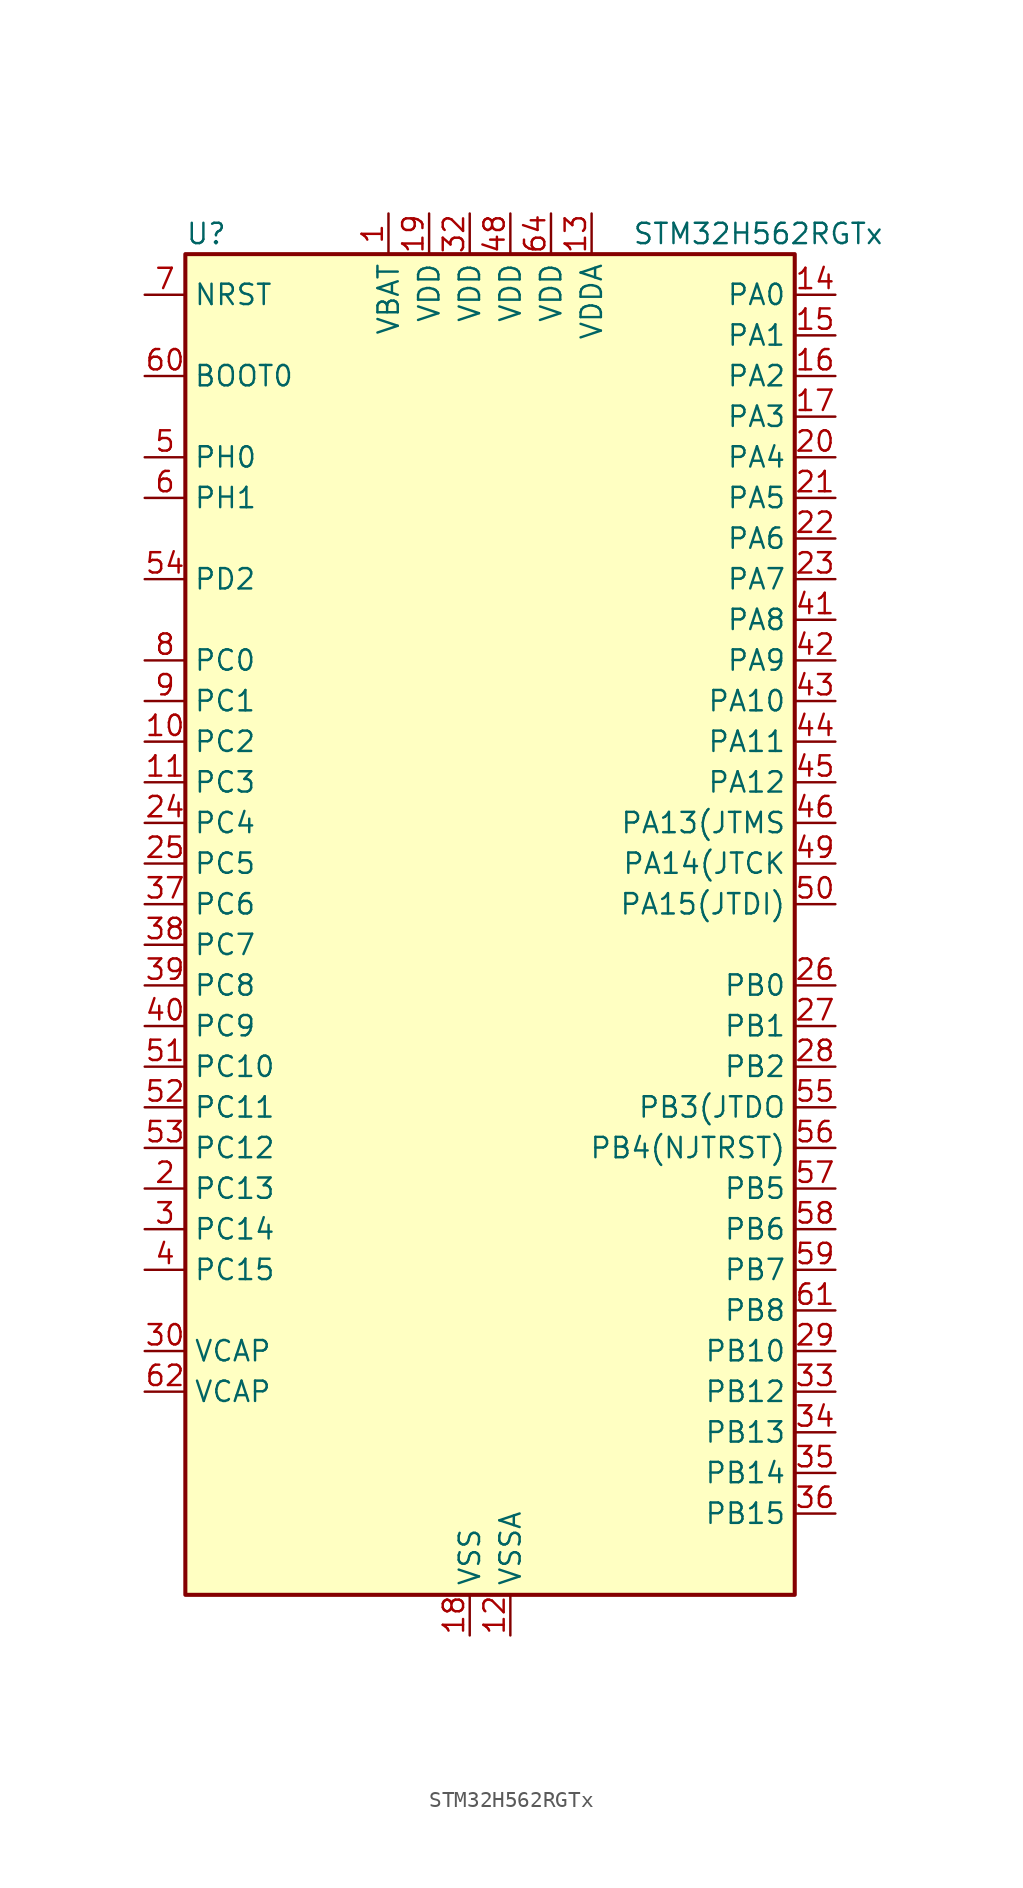
<source format=kicad_sym>
(kicad_symbol_lib
  (version 20231120)
  (generator "kicad-library-utils")
  (generator_version "8.0")
  (symbol "STM32H562RGTx"
    (property "Reference" "U"
      (at -17.78 44.45 0)
      (effects (font (size 1.27 1.27)) (justify left)))
    (property "Value" "STM32H562RGTx"
      (at 10.16 44.45 0)
      (effects (font (size 1.27 1.27)) (justify left)))
    (symbol "STM32H562RGTx_0_1"
      (rectangle (start -17.78 -40.64) (end 20.32 43.18) (stroke (width 0.254) (type default)) (fill (type background))))
    (symbol "STM32H562RGTx_1_1"
      (pin power_in line (at -5.08 45.72 270) (length 2.54) (name "VBAT" (effects (font (size 1.27 1.27)))) (number "1" (effects (font (size 1.27 1.27)))))
      (pin bidirectional line (at -20.32 12.7 0) (length 2.54) (name "PC2" (effects (font (size 1.27 1.27)))) (number "10" (effects (font (size 1.27 1.27)))) (alternate "ADC1_INN11" bidirectional line) (alternate "ADC1_INP12" bidirectional line) (alternate "ADC2_INN11" bidirectional line) (alternate "ADC2_INP12" bidirectional line) (alternate "I2S2_SDI" bidirectional line) (alternate "OCTOSPI1_IO2" bidirectional line) (alternate "OCTOSPI1_IO5" bidirectional line) (alternate "PWR_CSLEEP" bidirectional line) (alternate "SPI2_MISO" bidirectional line) (alternate "TIM17_CH1" bidirectional line) (alternate "TIM4_CH4" bidirectional line))
      (pin bidirectional line (at -20.32 10.16 0) (length 2.54) (name "PC3" (effects (font (size 1.27 1.27)))) (number "11" (effects (font (size 1.27 1.27)))) (alternate "ADC1_INN12" bidirectional line) (alternate "ADC1_INP13" bidirectional line) (alternate "ADC2_INN12" bidirectional line) (alternate "ADC2_INP13" bidirectional line) (alternate "I2S2_SDO" bidirectional line) (alternate "LPTIM3_CH1" bidirectional line) (alternate "OCTOSPI1_IO0" bidirectional line) (alternate "OCTOSPI1_IO6" bidirectional line) (alternate "PWR_CSTOP" bidirectional line) (alternate "SAI1_D3" bidirectional line) (alternate "SPI2_MOSI" bidirectional line))
      (pin power_in line (at 2.54 -43.18 90) (length 2.54) (name "VSSA" (effects (font (size 1.27 1.27)))) (number "12" (effects (font (size 1.27 1.27)))))
      (pin power_in line (at 7.62 45.72 270) (length 2.54) (name "VDDA" (effects (font (size 1.27 1.27)))) (number "13" (effects (font (size 1.27 1.27)))))
      (pin bidirectional line (at 22.86 40.64 180) (length 2.54) (name "PA0" (effects (font (size 1.27 1.27)))) (number "14" (effects (font (size 1.27 1.27)))) (alternate "ADC1_INN1" bidirectional line) (alternate "ADC1_INP0" bidirectional line) (alternate "ADC2_INN1" bidirectional line) (alternate "ADC2_INP0" bidirectional line) (alternate "PWR_WKUP1" bidirectional line) (alternate "SAI2_SD_B" bidirectional line) (alternate "SPI3_RDY" bidirectional line) (alternate "SPI6_NSS" bidirectional line) (alternate "TAMP_IN2" bidirectional line) (alternate "TAMP_OUT1" bidirectional line) (alternate "TIM15_BKIN" bidirectional line) (alternate "TIM2_CH1" bidirectional line) (alternate "TIM2_ETR" bidirectional line) (alternate "TIM5_CH1" bidirectional line) (alternate "TIM8_ETR" bidirectional line) (alternate "UART4_TX" bidirectional line) (alternate "USART2_CTS" bidirectional line) (alternate "USART2_NSS" bidirectional line))
      (pin bidirectional line (at 22.86 38.1 180) (length 2.54) (name "PA1" (effects (font (size 1.27 1.27)))) (number "15" (effects (font (size 1.27 1.27)))) (alternate "ADC1_INP1" bidirectional line) (alternate "ADC2_INP1" bidirectional line) (alternate "LPTIM1_IN1" bidirectional line) (alternate "OCTOSPI1_DQS" bidirectional line) (alternate "OCTOSPI1_IO3" bidirectional line) (alternate "SAI2_MCLK_B" bidirectional line) (alternate "TAMP_IN5" bidirectional line) (alternate "TAMP_OUT4" bidirectional line) (alternate "TIM15_CH1N" bidirectional line) (alternate "TIM2_CH2" bidirectional line) (alternate "TIM5_CH2" bidirectional line) (alternate "UART4_RX" bidirectional line) (alternate "USART2_RTS" bidirectional line))
      (pin bidirectional line (at 22.86 35.56 180) (length 2.54) (name "PA2" (effects (font (size 1.27 1.27)))) (number "16" (effects (font (size 1.27 1.27)))) (alternate "ADC1_INP14" bidirectional line) (alternate "ADC2_INP14" bidirectional line) (alternate "LPTIM1_IN2" bidirectional line) (alternate "PWR_WKUP2" bidirectional line) (alternate "SAI2_SCK_B" bidirectional line) (alternate "TAMP_IN4" bidirectional line) (alternate "TAMP_OUT3" bidirectional line) (alternate "TIM15_CH1" bidirectional line) (alternate "TIM2_CH3" bidirectional line) (alternate "TIM5_CH3" bidirectional line) (alternate "USART2_TX" bidirectional line))
      (pin bidirectional line (at 22.86 33.02 180) (length 2.54) (name "PA3" (effects (font (size 1.27 1.27)))) (number "17" (effects (font (size 1.27 1.27)))) (alternate "ADC1_INP15" bidirectional line) (alternate "ADC2_INP15" bidirectional line) (alternate "I2S2_WS" bidirectional line) (alternate "OCTOSPI1_CLK" bidirectional line) (alternate "SAI1_SD_B" bidirectional line) (alternate "SPI2_NSS" bidirectional line) (alternate "TIM15_CH2" bidirectional line) (alternate "TIM2_CH4" bidirectional line) (alternate "TIM5_CH4" bidirectional line) (alternate "USART2_RX" bidirectional line))
      (pin power_in line (at 0 -43.18 90) (length 2.54) (name "VSS" (effects (font (size 1.27 1.27)))) (number "18" (effects (font (size 1.27 1.27)))))
      (pin power_in line (at -2.54 45.72 270) (length 2.54) (name "VDD" (effects (font (size 1.27 1.27)))) (number "19" (effects (font (size 1.27 1.27)))))
      (pin bidirectional line (at -20.32 -15.24 0) (length 2.54) (name "PC13" (effects (font (size 1.27 1.27)))) (number "2" (effects (font (size 1.27 1.27)))) (alternate "PWR_WKUP4" bidirectional line) (alternate "RTC_OUT1" bidirectional line) (alternate "RTC_TS" bidirectional line) (alternate "TAMP_IN1" bidirectional line) (alternate "TAMP_OUT2" bidirectional line) (alternate "TAMP_OUT3" bidirectional line))
      (pin bidirectional line (at 22.86 30.48 180) (length 2.54) (name "PA4" (effects (font (size 1.27 1.27)))) (number "20" (effects (font (size 1.27 1.27)))) (alternate "ADC1_INP18" bidirectional line) (alternate "ADC2_INP18" bidirectional line) (alternate "DAC1_OUT1" bidirectional line) (alternate "DCMI_HSYNC" bidirectional line) (alternate "I2S1_WS" bidirectional line) (alternate "I2S3_WS" bidirectional line) (alternate "LPTIM2_CH1" bidirectional line) (alternate "PSSI_DE" bidirectional line) (alternate "SPI1_NSS" bidirectional line) (alternate "SPI3_NSS" bidirectional line) (alternate "SPI6_NSS" bidirectional line) (alternate "TIM5_ETR" bidirectional line) (alternate "USART2_CK" bidirectional line))
      (pin bidirectional line (at 22.86 27.94 180) (length 2.54) (name "PA5" (effects (font (size 1.27 1.27)))) (number "21" (effects (font (size 1.27 1.27)))) (alternate "ADC1_INN18" bidirectional line) (alternate "ADC1_INP19" bidirectional line) (alternate "ADC2_INN18" bidirectional line) (alternate "ADC2_INP19" bidirectional line) (alternate "DAC1_OUT2" bidirectional line) (alternate "I2S1_CK" bidirectional line) (alternate "PSSI_D14" bidirectional line) (alternate "SPI1_SCK" bidirectional line) (alternate "SPI6_SCK" bidirectional line) (alternate "TIM2_CH1" bidirectional line) (alternate "TIM2_ETR" bidirectional line) (alternate "TIM8_CH1N" bidirectional line))
      (pin bidirectional line (at 22.86 25.4 180) (length 2.54) (name "PA6" (effects (font (size 1.27 1.27)))) (number "22" (effects (font (size 1.27 1.27)))) (alternate "ADC1_INP3" bidirectional line) (alternate "ADC2_INP3" bidirectional line) (alternate "DCMI_PIXCLK" bidirectional line) (alternate "I2S1_SDI" bidirectional line) (alternate "OCTOSPI1_IO3" bidirectional line) (alternate "PSSI_PDCK" bidirectional line) (alternate "SPI1_MISO" bidirectional line) (alternate "SPI6_MISO" bidirectional line) (alternate "TIM13_CH1" bidirectional line) (alternate "TIM1_BKIN" bidirectional line) (alternate "TIM3_CH1" bidirectional line) (alternate "TIM8_BKIN" bidirectional line) (alternate "USART11_TX" bidirectional line))
      (pin bidirectional line (at 22.86 22.86 180) (length 2.54) (name "PA7" (effects (font (size 1.27 1.27)))) (number "23" (effects (font (size 1.27 1.27)))) (alternate "ADC1_INN3" bidirectional line) (alternate "ADC1_INP7" bidirectional line) (alternate "ADC2_INN3" bidirectional line) (alternate "ADC2_INP7" bidirectional line) (alternate "I2S1_SDO" bidirectional line) (alternate "OCTOSPI1_IO2" bidirectional line) (alternate "SPI1_MOSI" bidirectional line) (alternate "SPI6_MOSI" bidirectional line) (alternate "TIM14_CH1" bidirectional line) (alternate "TIM1_CH1N" bidirectional line) (alternate "TIM3_CH2" bidirectional line) (alternate "TIM8_CH1N" bidirectional line) (alternate "USART11_RX" bidirectional line))
      (pin bidirectional line (at -20.32 7.62 0) (length 2.54) (name "PC4" (effects (font (size 1.27 1.27)))) (number "24" (effects (font (size 1.27 1.27)))) (alternate "ADC1_INP4" bidirectional line) (alternate "ADC2_INP4" bidirectional line) (alternate "I2S1_MCK" bidirectional line) (alternate "LPTIM2_ETR" bidirectional line) (alternate "SAI1_CK1" bidirectional line) (alternate "TIM2_CH4" bidirectional line) (alternate "USART3_RX" bidirectional line))
      (pin bidirectional line (at -20.32 5.08 0) (length 2.54) (name "PC5" (effects (font (size 1.27 1.27)))) (number "25" (effects (font (size 1.27 1.27)))) (alternate "ADC1_INN4" bidirectional line) (alternate "ADC1_INP8" bidirectional line) (alternate "ADC2_INN4" bidirectional line) (alternate "ADC2_INP8" bidirectional line) (alternate "OCTOSPI1_DQS" bidirectional line) (alternate "PSSI_D15" bidirectional line) (alternate "SAI1_D3" bidirectional line) (alternate "SAI1_FS_A" bidirectional line) (alternate "TIM1_CH4N" bidirectional line))
      (pin bidirectional line (at 22.86 -2.54 180) (length 2.54) (name "PB0" (effects (font (size 1.27 1.27)))) (number "26" (effects (font (size 1.27 1.27)))) (alternate "ADC1_INN5" bidirectional line) (alternate "ADC1_INP9" bidirectional line) (alternate "ADC2_INN5" bidirectional line) (alternate "ADC2_INP9" bidirectional line) (alternate "LPTIM3_CH1" bidirectional line) (alternate "OCTOSPI1_IO1" bidirectional line) (alternate "TIM1_CH2N" bidirectional line) (alternate "TIM3_CH3" bidirectional line) (alternate "TIM8_CH2N" bidirectional line) (alternate "UART4_CTS" bidirectional line) (alternate "USART11_CK" bidirectional line))
      (pin bidirectional line (at 22.86 -5.08 180) (length 2.54) (name "PB1" (effects (font (size 1.27 1.27)))) (number "27" (effects (font (size 1.27 1.27)))) (alternate "ADC1_INP5" bidirectional line) (alternate "ADC2_INP5" bidirectional line) (alternate "LPTIM3_CH2" bidirectional line) (alternate "OCTOSPI1_IO0" bidirectional line) (alternate "TIM1_CH3N" bidirectional line) (alternate "TIM3_CH4" bidirectional line) (alternate "TIM8_CH3N" bidirectional line))
      (pin bidirectional line (at 22.86 -7.62 180) (length 2.54) (name "PB2" (effects (font (size 1.27 1.27)))) (number "28" (effects (font (size 1.27 1.27)))) (alternate "I2S3_SDO" bidirectional line) (alternate "LPTIM1_CH1" bidirectional line) (alternate "LPTIM5_ETR" bidirectional line) (alternate "OCTOSPI1_CLK" bidirectional line) (alternate "OCTOSPI1_DQS" bidirectional line) (alternate "RCC_LSCO" bidirectional line) (alternate "RTC_OUT2" bidirectional line) (alternate "SAI1_D1" bidirectional line) (alternate "SAI1_SD_A" bidirectional line) (alternate "SDMMC1_CMD" bidirectional line) (alternate "SPI1_RDY" bidirectional line) (alternate "SPI3_MOSI" bidirectional line) (alternate "TIM8_CH4N" bidirectional line))
      (pin bidirectional line (at 22.86 -25.4 180) (length 2.54) (name "PB10" (effects (font (size 1.27 1.27)))) (number "29" (effects (font (size 1.27 1.27)))) (alternate "I2C2_SCL" bidirectional line) (alternate "I2S2_CK" bidirectional line) (alternate "LPTIM2_IN1" bidirectional line) (alternate "LPTIM3_CH1" bidirectional line) (alternate "OCTOSPI1_NCS" bidirectional line) (alternate "SPI2_SCK" bidirectional line) (alternate "TIM2_CH3" bidirectional line) (alternate "USART3_TX" bidirectional line))
      (pin bidirectional line (at -20.32 -17.78 0) (length 2.54) (name "PC14" (effects (font (size 1.27 1.27)))) (number "3" (effects (font (size 1.27 1.27)))) (alternate "RCC_OSC32_IN" bidirectional line))
      (pin power_out line (at -20.32 -25.4 0) (length 2.54) (name "VCAP" (effects (font (size 1.27 1.27)))) (number "30" (effects (font (size 1.27 1.27)))))
      (pin passive line (at 0 -43.18 90) (length 2.54) hide (name "VSS" (effects (font (size 1.27 1.27)))) (number "31" (effects (font (size 1.27 1.27)))))
      (pin power_in line (at 0 45.72 270) (length 2.54) (name "VDD" (effects (font (size 1.27 1.27)))) (number "32" (effects (font (size 1.27 1.27)))))
      (pin bidirectional line (at 22.86 -27.94 180) (length 2.54) (name "PB12" (effects (font (size 1.27 1.27)))) (number "33" (effects (font (size 1.27 1.27)))) (alternate "I2C2_SDA" bidirectional line) (alternate "I2S2_WS" bidirectional line) (alternate "OCTOSPI1_NCLK" bidirectional line) (alternate "SPI2_NSS" bidirectional line) (alternate "TIM1_BKIN" bidirectional line) (alternate "UART5_RX" bidirectional line) (alternate "UCPD1_FRSTX" bidirectional line) (alternate "USART3_CK" bidirectional line))
      (pin bidirectional line (at 22.86 -30.48 180) (length 2.54) (name "PB13" (effects (font (size 1.27 1.27)))) (number "34" (effects (font (size 1.27 1.27)))) (alternate "I2C2_SMBA" bidirectional line) (alternate "I2S2_CK" bidirectional line) (alternate "LPTIM2_CH1" bidirectional line) (alternate "LPTIM3_IN1" bidirectional line) (alternate "SDMMC1_D0" bidirectional line) (alternate "SPI2_SCK" bidirectional line) (alternate "TIM1_CH1N" bidirectional line) (alternate "UART5_TX" bidirectional line) (alternate "UCPD1_CC1" bidirectional line) (alternate "USART3_CTS" bidirectional line) (alternate "USART3_NSS" bidirectional line))
      (pin bidirectional line (at 22.86 -33.02 180) (length 2.54) (name "PB14" (effects (font (size 1.27 1.27)))) (number "35" (effects (font (size 1.27 1.27)))) (alternate "I2S2_SDI" bidirectional line) (alternate "LPTIM3_ETR" bidirectional line) (alternate "SPI2_MISO" bidirectional line) (alternate "TIM12_CH1" bidirectional line) (alternate "TIM1_CH2N" bidirectional line) (alternate "TIM8_CH2N" bidirectional line) (alternate "UART4_DE" bidirectional line) (alternate "UART4_RTS" bidirectional line) (alternate "UCPD1_CC2" bidirectional line) (alternate "USART1_TX" bidirectional line) (alternate "USART3_RTS" bidirectional line))
      (pin bidirectional line (at 22.86 -35.56 180) (length 2.54) (name "PB15" (effects (font (size 1.27 1.27)))) (number "36" (effects (font (size 1.27 1.27)))) (alternate "ADC1_EXTI15" bidirectional line) (alternate "ADC2_EXTI15" bidirectional line) (alternate "DCMI_D2" bidirectional line) (alternate "I2S2_SDO" bidirectional line) (alternate "OCTOSPI1_CLK" bidirectional line) (alternate "PSSI_D2" bidirectional line) (alternate "PWR_PVD_IN" bidirectional line) (alternate "RTC_REFIN" bidirectional line) (alternate "SPI2_MOSI" bidirectional line) (alternate "TIM12_CH2" bidirectional line) (alternate "TIM1_CH3N" bidirectional line) (alternate "TIM8_CH3N" bidirectional line) (alternate "UART4_CTS" bidirectional line) (alternate "UART5_RX" bidirectional line) (alternate "USART11_CTS" bidirectional line) (alternate "USART11_NSS" bidirectional line) (alternate "USART1_RX" bidirectional line))
      (pin bidirectional line (at -20.32 2.54 0) (length 2.54) (name "PC6" (effects (font (size 1.27 1.27)))) (number "37" (effects (font (size 1.27 1.27)))) (alternate "DCMI_D0" bidirectional line) (alternate "I2S2_MCK" bidirectional line) (alternate "OCTOSPI1_IO5" bidirectional line) (alternate "PSSI_D0" bidirectional line) (alternate "SAI1_SCK_A" bidirectional line) (alternate "SDMMC1_D0DIR" bidirectional line) (alternate "SDMMC1_D6" bidirectional line) (alternate "TIM3_CH1" bidirectional line) (alternate "TIM8_CH1" bidirectional line) (alternate "USART6_TX" bidirectional line))
      (pin bidirectional line (at -20.32 0 0) (length 2.54) (name "PC7" (effects (font (size 1.27 1.27)))) (number "38" (effects (font (size 1.27 1.27)))) (alternate "DCMI_D1" bidirectional line) (alternate "DEBUG_TRGIO" bidirectional line) (alternate "I2S3_MCK" bidirectional line) (alternate "OCTOSPI1_IO6" bidirectional line) (alternate "PSSI_D1" bidirectional line) (alternate "SDMMC1_D123DIR" bidirectional line) (alternate "SDMMC1_D7" bidirectional line) (alternate "TIM3_CH2" bidirectional line) (alternate "TIM8_CH2" bidirectional line) (alternate "USART6_RX" bidirectional line))
      (pin bidirectional line (at -20.32 -2.54 0) (length 2.54) (name "PC8" (effects (font (size 1.27 1.27)))) (number "39" (effects (font (size 1.27 1.27)))) (alternate "DCMI_D2" bidirectional line) (alternate "DEBUG_TRACED1" bidirectional line) (alternate "PSSI_D2" bidirectional line) (alternate "SDMMC1_D0" bidirectional line) (alternate "TIM3_CH3" bidirectional line) (alternate "TIM8_CH3" bidirectional line) (alternate "UART5_DE" bidirectional line) (alternate "UART5_RTS" bidirectional line) (alternate "USART6_CK" bidirectional line))
      (pin bidirectional line (at -20.32 -20.32 0) (length 2.54) (name "PC15" (effects (font (size 1.27 1.27)))) (number "4" (effects (font (size 1.27 1.27)))) (alternate "ADC1_EXTI15" bidirectional line) (alternate "ADC2_EXTI15" bidirectional line) (alternate "RCC_OSC32_OUT" bidirectional line))
      (pin bidirectional line (at -20.32 -5.08 0) (length 2.54) (name "PC9" (effects (font (size 1.27 1.27)))) (number "40" (effects (font (size 1.27 1.27)))) (alternate "AUDIOCLK" bidirectional line) (alternate "DAC1_EXTI9" bidirectional line) (alternate "DCMI_D3" bidirectional line) (alternate "I2C3_SDA" bidirectional line) (alternate "OCTOSPI1_IO0" bidirectional line) (alternate "PSSI_D3" bidirectional line) (alternate "RCC_MCO_2" bidirectional line) (alternate "SDMMC1_D1" bidirectional line) (alternate "TIM3_CH4" bidirectional line) (alternate "TIM8_CH4" bidirectional line) (alternate "UART5_CTS" bidirectional line) (alternate "UCPD1_DB2" bidirectional line))
      (pin bidirectional line (at 22.86 20.32 180) (length 2.54) (name "PA8" (effects (font (size 1.27 1.27)))) (number "41" (effects (font (size 1.27 1.27)))) (alternate "DCMI_D3" bidirectional line) (alternate "I2C3_SCL" bidirectional line) (alternate "PSSI_D3" bidirectional line) (alternate "RCC_MCO_1" bidirectional line) (alternate "SPI1_RDY" bidirectional line) (alternate "TIM1_CH1" bidirectional line) (alternate "TIM8_BKIN2" bidirectional line) (alternate "UART7_RX" bidirectional line) (alternate "USART1_CK" bidirectional line) (alternate "USB_SOF" bidirectional line))
      (pin bidirectional line (at 22.86 17.78 180) (length 2.54) (name "PA9" (effects (font (size 1.27 1.27)))) (number "42" (effects (font (size 1.27 1.27)))) (alternate "DAC1_EXTI9" bidirectional line) (alternate "DCMI_D0" bidirectional line) (alternate "I2C3_SMBA" bidirectional line) (alternate "I2S2_CK" bidirectional line) (alternate "LPUART1_TX" bidirectional line) (alternate "PSSI_D0" bidirectional line) (alternate "SPI2_SCK" bidirectional line) (alternate "TIM1_CH2" bidirectional line) (alternate "UCPD1_DB1" bidirectional line) (alternate "USART1_TX" bidirectional line))
      (pin bidirectional line (at 22.86 15.24 180) (length 2.54) (name "PA10" (effects (font (size 1.27 1.27)))) (number "43" (effects (font (size 1.27 1.27)))) (alternate "DCMI_D1" bidirectional line) (alternate "LPTIM2_IN2" bidirectional line) (alternate "LPUART1_RX" bidirectional line) (alternate "PSSI_D1" bidirectional line) (alternate "SDMMC1_D0" bidirectional line) (alternate "TIM1_CH3" bidirectional line) (alternate "UCPD1_FRSTX" bidirectional line) (alternate "USART1_RX" bidirectional line))
      (pin bidirectional line (at 22.86 12.7 180) (length 2.54) (name "PA11" (effects (font (size 1.27 1.27)))) (number "44" (effects (font (size 1.27 1.27)))) (alternate "ADC1_EXTI11" bidirectional line) (alternate "ADC2_EXTI11" bidirectional line) (alternate "FDCAN1_RX" bidirectional line) (alternate "I2S2_WS" bidirectional line) (alternate "LPUART1_CTS" bidirectional line) (alternate "SPI2_NSS" bidirectional line) (alternate "TIM1_CH4" bidirectional line) (alternate "UART4_RX" bidirectional line) (alternate "USART1_CTS" bidirectional line) (alternate "USART1_NSS" bidirectional line) (alternate "USB_DM" bidirectional line))
      (pin bidirectional line (at 22.86 10.16 180) (length 2.54) (name "PA12" (effects (font (size 1.27 1.27)))) (number "45" (effects (font (size 1.27 1.27)))) (alternate "FDCAN1_TX" bidirectional line) (alternate "I2S2_CK" bidirectional line) (alternate "LPUART1_RTS" bidirectional line) (alternate "SAI2_FS_B" bidirectional line) (alternate "SPI2_SCK" bidirectional line) (alternate "TIM1_ETR" bidirectional line) (alternate "UART4_TX" bidirectional line) (alternate "USART1_RTS" bidirectional line) (alternate "USB_DP" bidirectional line))
      (pin bidirectional line (at 22.86 7.62 180) (length 2.54) (name "PA13(JTMS" (effects (font (size 1.27 1.27)))) (number "46" (effects (font (size 1.27 1.27)))) (alternate "DEBUG_JTMS-SWDIO" bidirectional line))
      (pin passive line (at 0 -43.18 90) (length 2.54) hide (name "VSS" (effects (font (size 1.27 1.27)))) (number "47" (effects (font (size 1.27 1.27)))))
      (pin power_in line (at 2.54 45.72 270) (length 2.54) (name "VDD" (effects (font (size 1.27 1.27)))) (number "48" (effects (font (size 1.27 1.27)))))
      (pin bidirectional line (at 22.86 5.08 180) (length 2.54) (name "PA14(JTCK" (effects (font (size 1.27 1.27)))) (number "49" (effects (font (size 1.27 1.27)))) (alternate "DEBUG_JTCK-SWCLK" bidirectional line))
      (pin bidirectional line (at -20.32 30.48 0) (length 2.54) (name "PH0" (effects (font (size 1.27 1.27)))) (number "5" (effects (font (size 1.27 1.27)))) (alternate "RCC_OSC_IN" bidirectional line))
      (pin bidirectional line (at 22.86 2.54 180) (length 2.54) (name "PA15(JTDI)" (effects (font (size 1.27 1.27)))) (number "50" (effects (font (size 1.27 1.27)))) (alternate "ADC1_EXTI15" bidirectional line) (alternate "ADC2_EXTI15" bidirectional line) (alternate "CEC" bidirectional line) (alternate "DCMI_D11" bidirectional line) (alternate "DEBUG_JTDI" bidirectional line) (alternate "I2S1_WS" bidirectional line) (alternate "I2S3_WS" bidirectional line) (alternate "LPTIM3_IN2" bidirectional line) (alternate "PSSI_D11" bidirectional line) (alternate "SPI1_NSS" bidirectional line) (alternate "SPI3_NSS" bidirectional line) (alternate "SPI6_NSS" bidirectional line) (alternate "TIM2_CH1" bidirectional line) (alternate "TIM2_ETR" bidirectional line) (alternate "UART4_DE" bidirectional line) (alternate "UART4_RTS" bidirectional line) (alternate "UART7_TX" bidirectional line))
      (pin bidirectional line (at -20.32 -7.62 0) (length 2.54) (name "PC10" (effects (font (size 1.27 1.27)))) (number "51" (effects (font (size 1.27 1.27)))) (alternate "DCMI_D8" bidirectional line) (alternate "I2S3_CK" bidirectional line) (alternate "LPTIM3_ETR" bidirectional line) (alternate "OCTOSPI1_IO1" bidirectional line) (alternate "PSSI_D8" bidirectional line) (alternate "SDMMC1_D2" bidirectional line) (alternate "SPI3_SCK" bidirectional line) (alternate "UART4_TX" bidirectional line) (alternate "USART3_TX" bidirectional line))
      (pin bidirectional line (at -20.32 -10.16 0) (length 2.54) (name "PC11" (effects (font (size 1.27 1.27)))) (number "52" (effects (font (size 1.27 1.27)))) (alternate "ADC1_EXTI11" bidirectional line) (alternate "ADC2_EXTI11" bidirectional line) (alternate "DCMI_D4" bidirectional line) (alternate "I2S3_SDI" bidirectional line) (alternate "LPTIM3_IN1" bidirectional line) (alternate "OCTOSPI1_NCS" bidirectional line) (alternate "PSSI_D4" bidirectional line) (alternate "SDMMC1_D3" bidirectional line) (alternate "SPI3_MISO" bidirectional line) (alternate "UART4_RX" bidirectional line) (alternate "USART3_RX" bidirectional line))
      (pin bidirectional line (at -20.32 -12.7 0) (length 2.54) (name "PC12" (effects (font (size 1.27 1.27)))) (number "53" (effects (font (size 1.27 1.27)))) (alternate "DCMI_D9" bidirectional line) (alternate "DEBUG_TRACED3" bidirectional line) (alternate "I2S3_SDO" bidirectional line) (alternate "PSSI_D9" bidirectional line) (alternate "SDMMC1_CK" bidirectional line) (alternate "SPI3_MOSI" bidirectional line) (alternate "SPI6_SCK" bidirectional line) (alternate "TIM15_CH1" bidirectional line) (alternate "UART5_TX" bidirectional line) (alternate "USART3_CK" bidirectional line))
      (pin bidirectional line (at -20.32 22.86 0) (length 2.54) (name "PD2" (effects (font (size 1.27 1.27)))) (number "54" (effects (font (size 1.27 1.27)))) (alternate "DCMI_D11" bidirectional line) (alternate "DEBUG_TRACED2" bidirectional line) (alternate "LPTIM4_ETR" bidirectional line) (alternate "PSSI_D11" bidirectional line) (alternate "PWR_WKUP7" bidirectional line) (alternate "SDMMC1_CMD" bidirectional line) (alternate "TIM15_BKIN" bidirectional line) (alternate "TIM3_ETR" bidirectional line) (alternate "UART5_RX" bidirectional line))
      (pin bidirectional line (at 22.86 -10.16 180) (length 2.54) (name "PB3(JTDO" (effects (font (size 1.27 1.27)))) (number "55" (effects (font (size 1.27 1.27)))) (alternate "CRS_SYNC" bidirectional line) (alternate "DEBUG_JTDO-SWO" bidirectional line) (alternate "I2C2_SDA" bidirectional line) (alternate "I2S1_CK" bidirectional line) (alternate "I2S3_CK" bidirectional line) (alternate "LPTIM6_ETR" bidirectional line) (alternate "SPI1_SCK" bidirectional line) (alternate "SPI3_SCK" bidirectional line) (alternate "SPI6_SCK" bidirectional line) (alternate "TIM2_CH2" bidirectional line) (alternate "UART7_RX" bidirectional line))
      (pin bidirectional line (at 22.86 -12.7 180) (length 2.54) (name "PB4(NJTRST)" (effects (font (size 1.27 1.27)))) (number "56" (effects (font (size 1.27 1.27)))) (alternate "DCMI_D7" bidirectional line) (alternate "DEBUG_JTRST" bidirectional line) (alternate "I2S1_SDI" bidirectional line) (alternate "I2S2_WS" bidirectional line) (alternate "I2S3_SDI" bidirectional line) (alternate "LPTIM1_CH2" bidirectional line) (alternate "OCTOSPI1_CLK" bidirectional line) (alternate "PSSI_D7" bidirectional line) (alternate "SPI1_MISO" bidirectional line) (alternate "SPI2_NSS" bidirectional line) (alternate "SPI3_MISO" bidirectional line) (alternate "SPI6_MISO" bidirectional line) (alternate "TIM16_BKIN" bidirectional line) (alternate "TIM3_CH1" bidirectional line) (alternate "UART7_TX" bidirectional line))
      (pin bidirectional line (at 22.86 -15.24 180) (length 2.54) (name "PB5" (effects (font (size 1.27 1.27)))) (number "57" (effects (font (size 1.27 1.27)))) (alternate "DCMI_D10" bidirectional line) (alternate "I2C1_SMBA" bidirectional line) (alternate "I2C4_SMBA" bidirectional line) (alternate "I2S1_SDO" bidirectional line) (alternate "I2S3_SDO" bidirectional line) (alternate "OCTOSPI1_NCLK" bidirectional line) (alternate "PSSI_D10" bidirectional line) (alternate "SPI1_MOSI" bidirectional line) (alternate "SPI3_MOSI" bidirectional line) (alternate "SPI6_MOSI" bidirectional line) (alternate "TIM17_BKIN" bidirectional line) (alternate "TIM3_CH2" bidirectional line) (alternate "UART5_RX" bidirectional line))
      (pin bidirectional line (at 22.86 -17.78 180) (length 2.54) (name "PB6" (effects (font (size 1.27 1.27)))) (number "58" (effects (font (size 1.27 1.27)))) (alternate "CEC" bidirectional line) (alternate "DCMI_D5" bidirectional line) (alternate "I2C1_SCL" bidirectional line) (alternate "I2C4_SCL" bidirectional line) (alternate "I3C1_SCL" bidirectional line) (alternate "LPUART1_TX" bidirectional line) (alternate "OCTOSPI1_NCS" bidirectional line) (alternate "PSSI_D5" bidirectional line) (alternate "TIM16_CH1N" bidirectional line) (alternate "TIM4_CH1" bidirectional line) (alternate "UART5_TX" bidirectional line) (alternate "USART1_TX" bidirectional line))
      (pin bidirectional line (at 22.86 -20.32 180) (length 2.54) (name "PB7" (effects (font (size 1.27 1.27)))) (number "59" (effects (font (size 1.27 1.27)))) (alternate "DCMI_VSYNC" bidirectional line) (alternate "FDCAN1_TX" bidirectional line) (alternate "I2C1_SDA" bidirectional line) (alternate "I2C4_SDA" bidirectional line) (alternate "I3C1_SDA" bidirectional line) (alternate "LPUART1_RX" bidirectional line) (alternate "PSSI_RDY" bidirectional line) (alternate "PWR_WKUP5" bidirectional line) (alternate "TIM17_CH1N" bidirectional line) (alternate "TIM4_CH2" bidirectional line) (alternate "USART1_RX" bidirectional line))
      (pin bidirectional line (at -20.32 27.94 0) (length 2.54) (name "PH1" (effects (font (size 1.27 1.27)))) (number "6" (effects (font (size 1.27 1.27)))) (alternate "RCC_OSC_OUT" bidirectional line))
      (pin input line (at -20.32 35.56 0) (length 2.54) (name "BOOT0" (effects (font (size 1.27 1.27)))) (number "60" (effects (font (size 1.27 1.27)))))
      (pin bidirectional line (at 22.86 -22.86 180) (length 2.54) (name "PB8" (effects (font (size 1.27 1.27)))) (number "61" (effects (font (size 1.27 1.27)))) (alternate "DCMI_D6" bidirectional line) (alternate "FDCAN1_RX" bidirectional line) (alternate "I2C1_SCL" bidirectional line) (alternate "I2C4_SCL" bidirectional line) (alternate "I3C1_SCL" bidirectional line) (alternate "PSSI_D6" bidirectional line) (alternate "SDMMC1_CKIN" bidirectional line) (alternate "SDMMC1_D4" bidirectional line) (alternate "TIM16_CH1" bidirectional line) (alternate "TIM4_CH3" bidirectional line) (alternate "UART4_RX" bidirectional line))
      (pin power_out line (at -20.32 -27.94 0) (length 2.54) (name "VCAP" (effects (font (size 1.27 1.27)))) (number "62" (effects (font (size 1.27 1.27)))))
      (pin passive line (at 0 -43.18 90) (length 2.54) hide (name "VSS" (effects (font (size 1.27 1.27)))) (number "63" (effects (font (size 1.27 1.27)))))
      (pin power_in line (at 5.08 45.72 270) (length 2.54) (name "VDD" (effects (font (size 1.27 1.27)))) (number "64" (effects (font (size 1.27 1.27)))))
      (pin input line (at -20.32 40.64 0) (length 2.54) (name "NRST" (effects (font (size 1.27 1.27)))) (number "7" (effects (font (size 1.27 1.27)))))
      (pin bidirectional line (at -20.32 17.78 0) (length 2.54) (name "PC0" (effects (font (size 1.27 1.27)))) (number "8" (effects (font (size 1.27 1.27)))) (alternate "ADC1_INP10" bidirectional line) (alternate "ADC2_INP10" bidirectional line) (alternate "OCTOSPI1_IO7" bidirectional line) (alternate "SAI1_MCLK_A" bidirectional line) (alternate "SAI2_FS_B" bidirectional line) (alternate "SPI2_RDY" bidirectional line) (alternate "TIM16_BKIN" bidirectional line))
      (pin bidirectional line (at -20.32 15.24 0) (length 2.54) (name "PC1" (effects (font (size 1.27 1.27)))) (number "9" (effects (font (size 1.27 1.27)))) (alternate "ADC1_INN10" bidirectional line) (alternate "ADC1_INP11" bidirectional line) (alternate "ADC2_INN10" bidirectional line) (alternate "ADC2_INP11" bidirectional line) (alternate "DEBUG_TRACED0" bidirectional line) (alternate "I2S2_SDO" bidirectional line) (alternate "OCTOSPI1_IO4" bidirectional line) (alternate "PWR_WKUP6" bidirectional line) (alternate "SAI1_D1" bidirectional line) (alternate "SAI1_SD_A" bidirectional line) (alternate "SAI2_SD_A" bidirectional line) (alternate "SPI2_MOSI" bidirectional line) (alternate "TAMP_IN3" bidirectional line) (alternate "TAMP_OUT5" bidirectional line) (alternate "USART11_RTS" bidirectional line)))))
</source>
